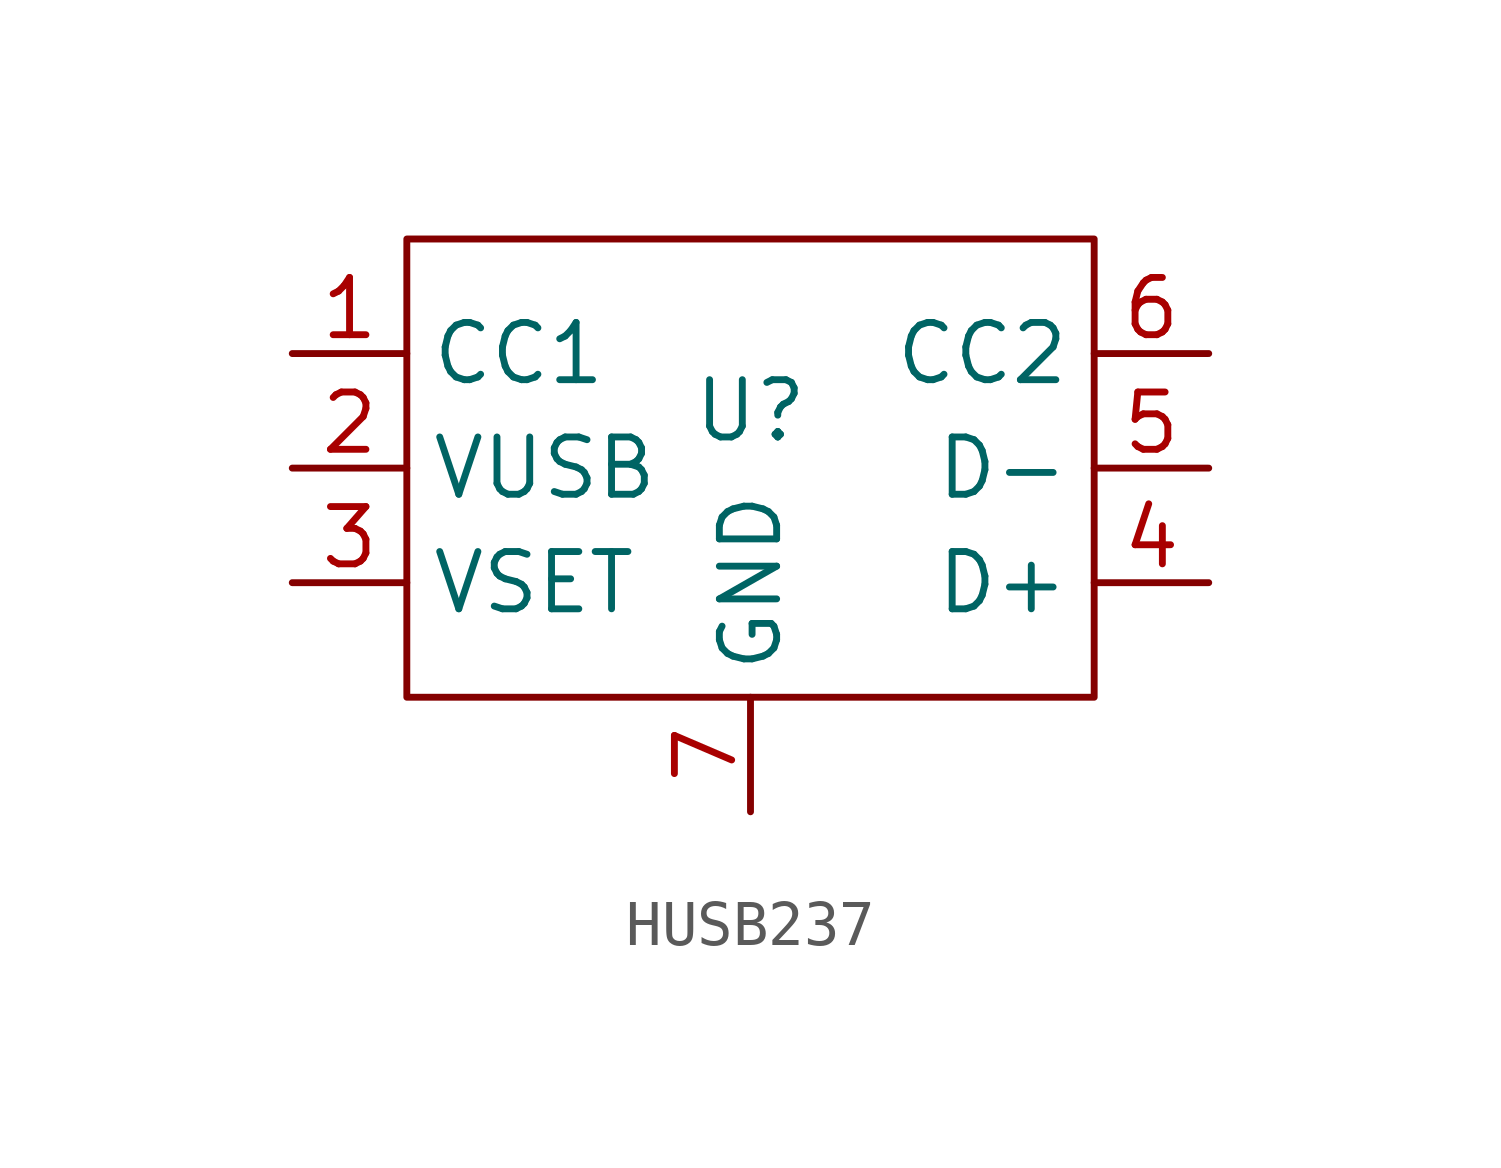
<source format=kicad_sym>
(kicad_symbol_lib
  (version 20241209)
  (generator "kicad_symbol_editor")
  (generator_version "9.0")
  (symbol "HUSB237"
    (property "Reference" "U"
      (at 0 1.27 0)
      (effects (font (size 1.27 1.27))))
    (property "Value" ""
      (at 0 0 0)
      (effects (font (size 1.27 1.27))))
    (symbol "HUSB237_0_1"
      (rectangle (start -7.62 5.08) (end 7.62 -5.08) (stroke (width 0) (type default)) (fill (type none))))
    (symbol "HUSB237_1_1"
      (pin input line (at -10.16 2.54 0) (length 2.54) (name "CC1" (effects (font (size 1.27 1.27)))) (number "1" (effects (font (size 1.27 1.27)))))
      (pin power_in line (at -10.16 0 0) (length 2.54) (name "VUSB" (effects (font (size 1.27 1.27)))) (number "2" (effects (font (size 1.27 1.27)))))
      (pin tri_state line (at -10.16 -2.54 0) (length 2.54) (name "VSET" (effects (font (size 1.27 1.27)))) (number "3" (effects (font (size 1.27 1.27)))))
      (pin power_out line (at 0 -7.62 90) (length 2.54) (name "GND" (effects (font (size 1.27 1.27)))) (number "7" (effects (font (size 1.27 1.27)))))
      (pin input line (at 10.16 2.54 180) (length 2.54) (name "CC2" (effects (font (size 1.27 1.27)))) (number "6" (effects (font (size 1.27 1.27)))))
      (pin input line (at 10.16 0 180) (length 2.54) (name "D-" (effects (font (size 1.27 1.27)))) (number "5" (effects (font (size 1.27 1.27)))))
      (pin input line (at 10.16 -2.54 180) (length 2.54) (name "D+" (effects (font (size 1.27 1.27)))) (number "4" (effects (font (size 1.27 1.27))))))))
</source>
